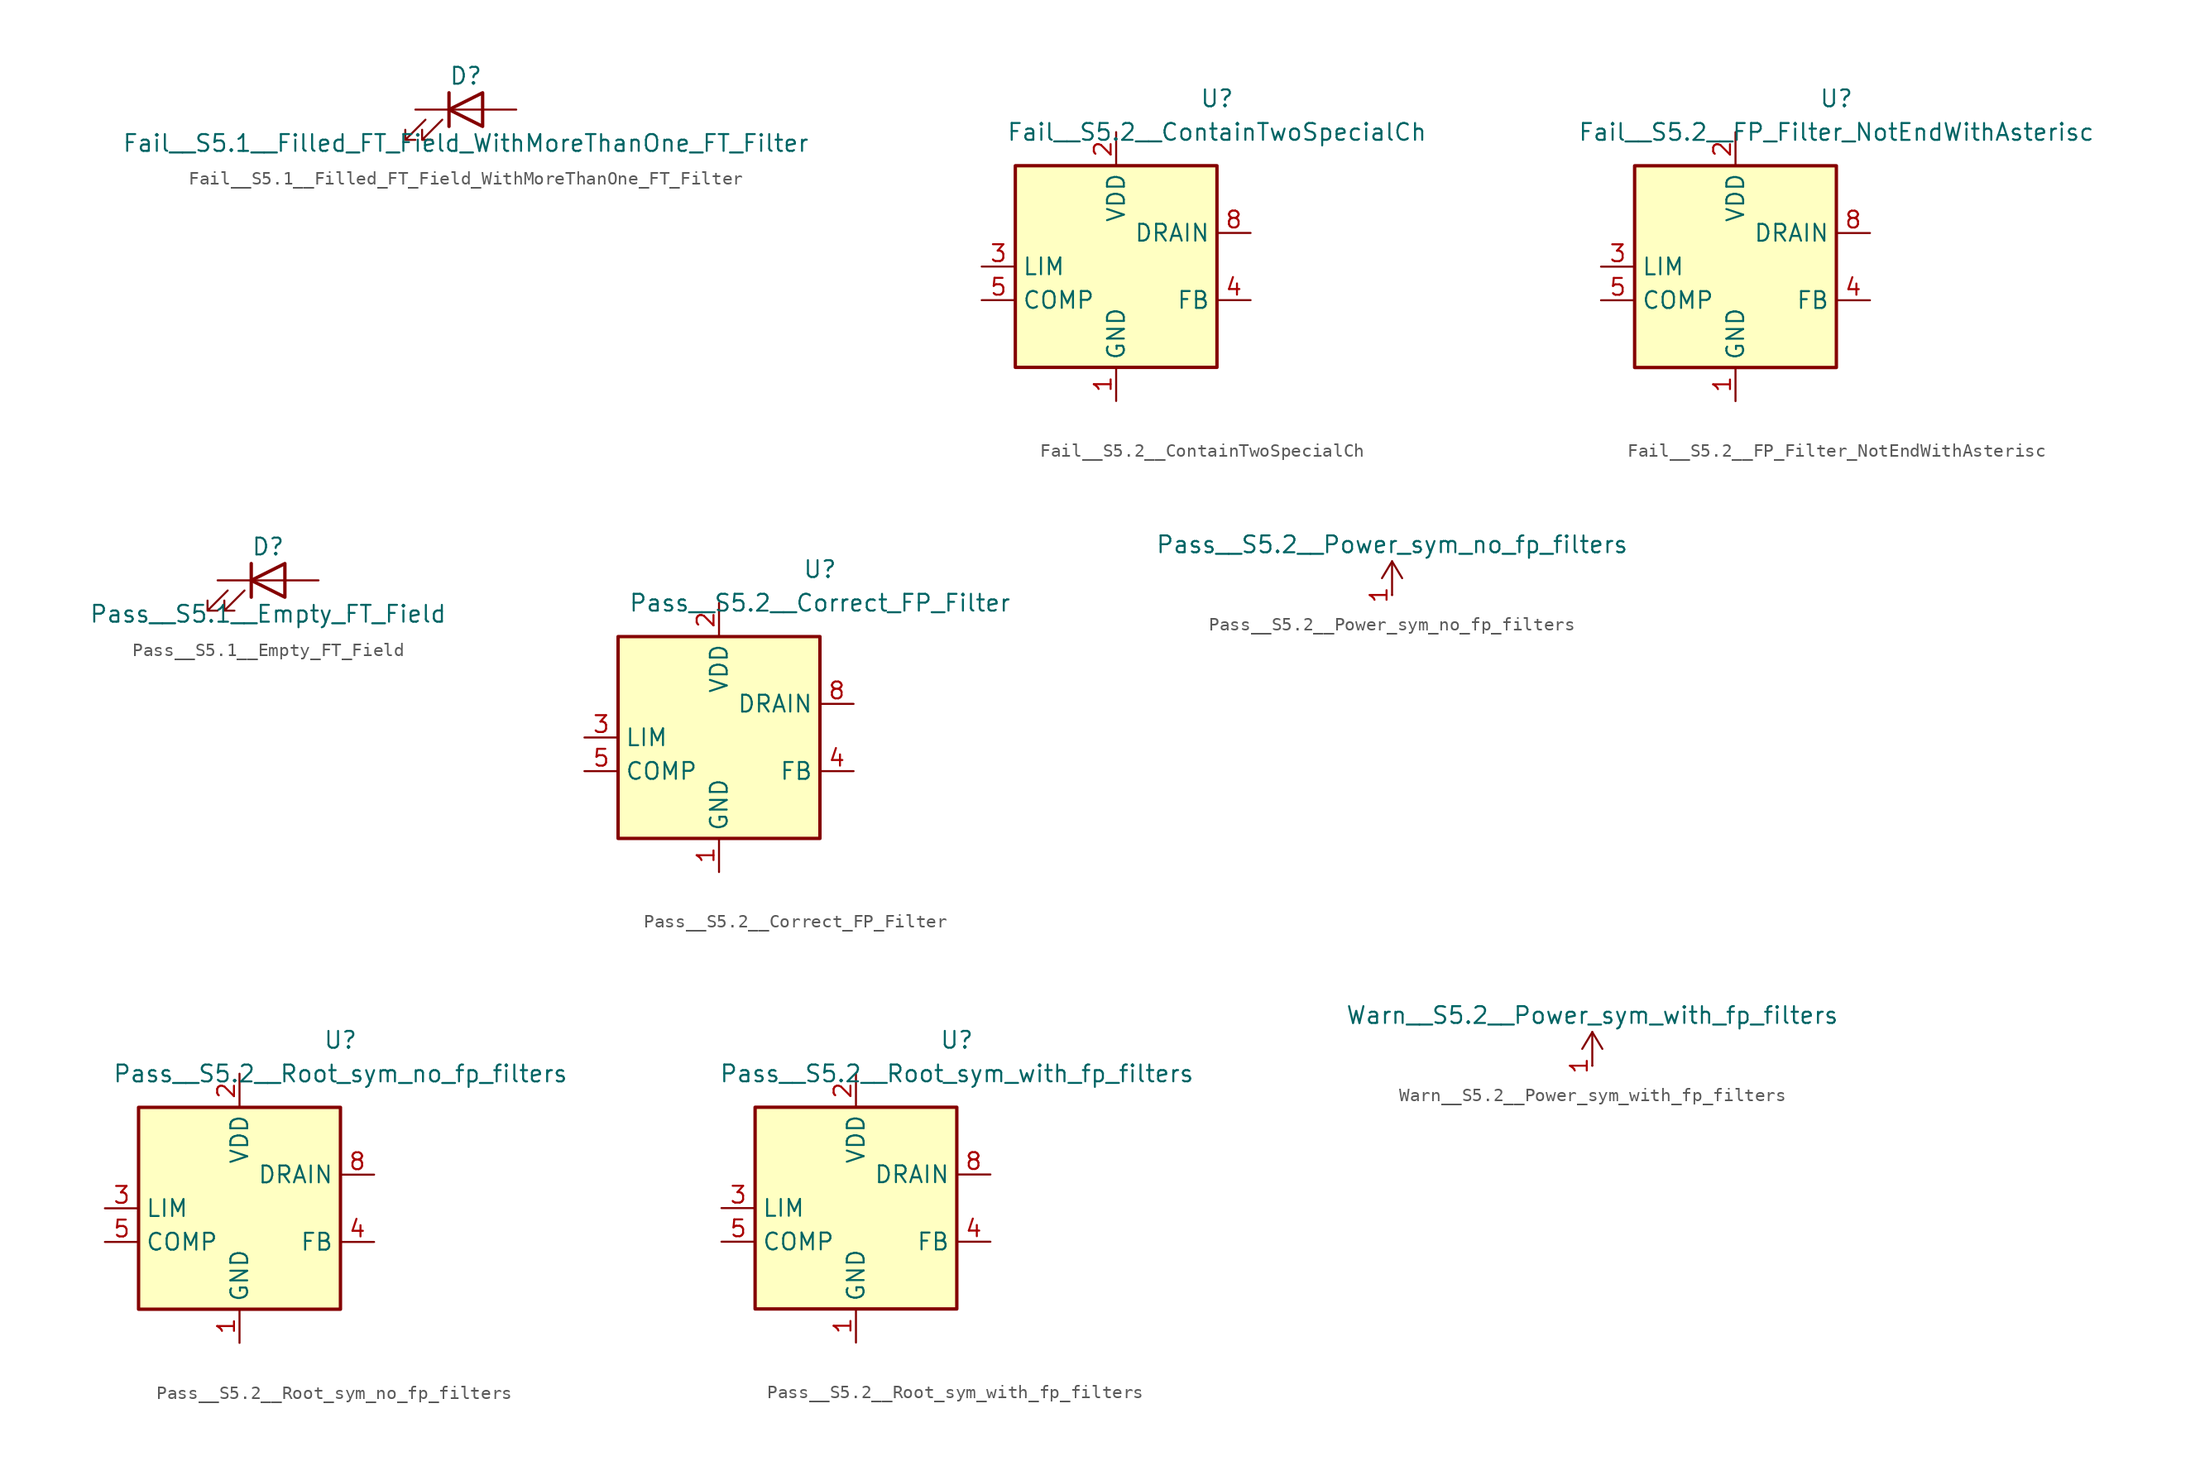
<source format=kicad_sym>
(kicad_symbol_lib
  (version 20231120)
  (generator "kicad_symbol_editor")
  (generator_version "8.0")
  (symbol "Fail__S5.1__Filled_FT_Field_WithMoreThanOne_FT_Filter"
    (pin_numbers hide)
    (pin_names hide)
    (property "Reference" "D"
      (at 0 2.54 0)
      (effects (font (size 1.27 1.27))))
    (property "Value" "Fail__S5.1__Filled_FT_Field_WithMoreThanOne_FT_Filter"
      (at 0 -2.54 0)
      (effects (font (size 1.27 1.27))))
    (symbol "Fail__S5.1__Filled_FT_Field_WithMoreThanOne_FT_Filter_0_1"
      (polyline (pts (xy -1.27 -1.27) (xy -1.27 1.27)) (stroke (width 0.254) (type default)) (fill (type none)))
      (polyline (pts (xy -1.27 0) (xy 1.27 0)) (stroke (width 0) (type default)) (fill (type none)))
      (polyline (pts (xy 1.27 -1.27) (xy 1.27 1.27) (xy -1.27 0) (xy 1.27 -1.27)) (stroke (width 0.254) (type default)) (fill (type none)))
      (polyline (pts (xy -3.048 -0.762) (xy -4.572 -2.286) (xy -3.81 -2.286) (xy -4.572 -2.286) (xy -4.572 -1.524)) (stroke (width 0) (type default)) (fill (type none)))
      (polyline (pts (xy -1.778 -0.762) (xy -3.302 -2.286) (xy -2.54 -2.286) (xy -3.302 -2.286) (xy -3.302 -1.524)) (stroke (width 0) (type default)) (fill (type none))))
    (symbol "Fail__S5.1__Filled_FT_Field_WithMoreThanOne_FT_Filter_1_1"
      (pin passive line (at -3.81 0 0) (length 2.54) (name "K" (effects (font (size 1.27 1.27)))) (number "1" (effects (font (size 1.27 1.27)))))
      (pin passive line (at 3.81 0 180) (length 2.54) (name "A" (effects (font (size 1.27 1.27)))) (number "2" (effects (font (size 1.27 1.27)))))))
  (symbol "Fail__S5.2__ContainTwoSpecialCh"
    (property "Reference" "U"
      (at 7.62 12.7 0)
      (effects (font (size 1.27 1.27))))
    (property "Value" "Fail__S5.2__ContainTwoSpecialCh"
      (at 7.62 10.16 0)
      (effects (font (size 1.27 1.27))))
    (symbol "Fail__S5.2__ContainTwoSpecialCh_1_1"
      (rectangle (start -7.62 7.62) (end 7.62 -7.62) (stroke (width 0.254) (type default)) (fill (type background)))
      (pin power_in line (at 0 -10.16 90) (length 2.54) (name "GND" (effects (font (size 1.27 1.27)))) (number "1" (effects (font (size 1.27 1.27)))))
      (pin power_in line (at 0 10.16 270) (length 2.54) (name "VDD" (effects (font (size 1.27 1.27)))) (number "2" (effects (font (size 1.27 1.27)))))
      (pin passive line (at -10.16 0 0) (length 2.54) (name "LIM" (effects (font (size 1.27 1.27)))) (number "3" (effects (font (size 1.27 1.27)))))
      (pin input line (at 10.16 -2.54 180) (length 2.54) (name "FB" (effects (font (size 1.27 1.27)))) (number "4" (effects (font (size 1.27 1.27)))))
      (pin passive line (at -10.16 -2.54 0) (length 2.54) (name "COMP" (effects (font (size 1.27 1.27)))) (number "5" (effects (font (size 1.27 1.27)))))
      (pin passive line (at 10.16 2.54 180) (length 2.54) hide (name "DRAIN" (effects (font (size 1.27 1.27)))) (number "7" (effects (font (size 1.27 1.27)))))
      (pin passive line (at 10.16 2.54 180) (length 2.54) (name "DRAIN" (effects (font (size 1.27 1.27)))) (number "8" (effects (font (size 1.27 1.27)))))))
  (symbol "Fail__S5.2__FP_Filter_NotEndWithAsterisc"
    (property "Reference" "U"
      (at 7.62 12.7 0)
      (effects (font (size 1.27 1.27))))
    (property "Value" "Fail__S5.2__FP_Filter_NotEndWithAsterisc"
      (at 7.62 10.16 0)
      (effects (font (size 1.27 1.27))))
    (symbol "Fail__S5.2__FP_Filter_NotEndWithAsterisc_1_1"
      (rectangle (start -7.62 7.62) (end 7.62 -7.62) (stroke (width 0.254) (type default)) (fill (type background)))
      (pin power_in line (at 0 -10.16 90) (length 2.54) (name "GND" (effects (font (size 1.27 1.27)))) (number "1" (effects (font (size 1.27 1.27)))))
      (pin power_in line (at 0 10.16 270) (length 2.54) (name "VDD" (effects (font (size 1.27 1.27)))) (number "2" (effects (font (size 1.27 1.27)))))
      (pin passive line (at -10.16 0 0) (length 2.54) (name "LIM" (effects (font (size 1.27 1.27)))) (number "3" (effects (font (size 1.27 1.27)))))
      (pin input line (at 10.16 -2.54 180) (length 2.54) (name "FB" (effects (font (size 1.27 1.27)))) (number "4" (effects (font (size 1.27 1.27)))))
      (pin passive line (at -10.16 -2.54 0) (length 2.54) (name "COMP" (effects (font (size 1.27 1.27)))) (number "5" (effects (font (size 1.27 1.27)))))
      (pin passive line (at 10.16 2.54 180) (length 2.54) hide (name "DRAIN" (effects (font (size 1.27 1.27)))) (number "7" (effects (font (size 1.27 1.27)))))
      (pin passive line (at 10.16 2.54 180) (length 2.54) (name "DRAIN" (effects (font (size 1.27 1.27)))) (number "8" (effects (font (size 1.27 1.27)))))))
  (symbol "Pass__S5.1__Empty_FT_Field"
    (pin_numbers hide)
    (pin_names hide)
    (property "Reference" "D"
      (at 0 2.54 0)
      (effects (font (size 1.27 1.27))))
    (property "Value" "Pass__S5.1__Empty_FT_Field"
      (at 0 -2.54 0)
      (effects (font (size 1.27 1.27))))
    (symbol "Pass__S5.1__Empty_FT_Field_0_1"
      (polyline (pts (xy -1.27 -1.27) (xy -1.27 1.27)) (stroke (width 0.254) (type default)) (fill (type none)))
      (polyline (pts (xy -1.27 0) (xy 1.27 0)) (stroke (width 0) (type default)) (fill (type none)))
      (polyline (pts (xy 1.27 -1.27) (xy 1.27 1.27) (xy -1.27 0) (xy 1.27 -1.27)) (stroke (width 0.254) (type default)) (fill (type none)))
      (polyline (pts (xy -3.048 -0.762) (xy -4.572 -2.286) (xy -3.81 -2.286) (xy -4.572 -2.286) (xy -4.572 -1.524)) (stroke (width 0) (type default)) (fill (type none)))
      (polyline (pts (xy -1.778 -0.762) (xy -3.302 -2.286) (xy -2.54 -2.286) (xy -3.302 -2.286) (xy -3.302 -1.524)) (stroke (width 0) (type default)) (fill (type none))))
    (symbol "Pass__S5.1__Empty_FT_Field_1_1"
      (pin passive line (at -3.81 0 0) (length 2.54) (name "K" (effects (font (size 1.27 1.27)))) (number "1" (effects (font (size 1.27 1.27)))))
      (pin passive line (at 3.81 0 180) (length 2.54) (name "A" (effects (font (size 1.27 1.27)))) (number "2" (effects (font (size 1.27 1.27)))))))
  (symbol "Pass__S5.2__Correct_FP_Filter"
    (property "Reference" "U"
      (at 7.62 12.7 0)
      (effects (font (size 1.27 1.27))))
    (property "Value" "Pass__S5.2__Correct_FP_Filter"
      (at 7.62 10.16 0)
      (effects (font (size 1.27 1.27))))
    (symbol "Pass__S5.2__Correct_FP_Filter_1_1"
      (rectangle (start -7.62 7.62) (end 7.62 -7.62) (stroke (width 0.254) (type default)) (fill (type background)))
      (pin power_in line (at 0 -10.16 90) (length 2.54) (name "GND" (effects (font (size 1.27 1.27)))) (number "1" (effects (font (size 1.27 1.27)))))
      (pin power_in line (at 0 10.16 270) (length 2.54) (name "VDD" (effects (font (size 1.27 1.27)))) (number "2" (effects (font (size 1.27 1.27)))))
      (pin passive line (at -10.16 0 0) (length 2.54) (name "LIM" (effects (font (size 1.27 1.27)))) (number "3" (effects (font (size 1.27 1.27)))))
      (pin input line (at 10.16 -2.54 180) (length 2.54) (name "FB" (effects (font (size 1.27 1.27)))) (number "4" (effects (font (size 1.27 1.27)))))
      (pin passive line (at -10.16 -2.54 0) (length 2.54) (name "COMP" (effects (font (size 1.27 1.27)))) (number "5" (effects (font (size 1.27 1.27)))))
      (pin passive line (at 10.16 2.54 180) (length 2.54) hide (name "DRAIN" (effects (font (size 1.27 1.27)))) (number "7" (effects (font (size 1.27 1.27)))))
      (pin passive line (at 10.16 2.54 180) (length 2.54) (name "DRAIN" (effects (font (size 1.27 1.27)))) (number "8" (effects (font (size 1.27 1.27)))))))
  (symbol "Pass__S5.2__Power_sym_no_fp_filters"
    (power)
    (property "Reference" "#PWR"
      (at 0 5.588 0)
      (effects (font (size 1.27 1.27)) (hide yes)))
    (property "Value" "Pass__S5.2__Power_sym_no_fp_filters"
      (at 0 3.81 0)
      (effects (font (size 1.27 1.27))))
    (symbol "Pass__S5.2__Power_sym_no_fp_filters_0_1"
      (polyline (pts (xy -0.762 1.27) (xy 0 2.54)) (stroke (width 0) (type default)) (fill (type none)))
      (polyline (pts (xy 0 0) (xy 0 2.54)) (stroke (width 0) (type default)) (fill (type none)))
      (polyline (pts (xy 0 2.54) (xy 0.762 1.27)) (stroke (width 0) (type default)) (fill (type none))))
    (symbol "Pass__S5.2__Power_sym_no_fp_filters_1_1"
      (pin power_in line (at 0 0 90) (length 0) (name "~" (effects (font (size 1.27 1.27)))) (number "1" (effects (font (size 1.27 1.27)))))))
  (symbol "Pass__S5.2__Root_sym_no_fp_filters"
    (property "Reference" "U"
      (at 7.62 12.7 0)
      (effects (font (size 1.27 1.27))))
    (property "Value" "Pass__S5.2__Root_sym_no_fp_filters"
      (at 7.62 10.16 0)
      (effects (font (size 1.27 1.27))))
    (symbol "Pass__S5.2__Root_sym_no_fp_filters_1_1"
      (rectangle (start -7.62 7.62) (end 7.62 -7.62) (stroke (width 0.254) (type default)) (fill (type background)))
      (pin power_in line (at 0 -10.16 90) (length 2.54) (name "GND" (effects (font (size 1.27 1.27)))) (number "1" (effects (font (size 1.27 1.27)))))
      (pin power_in line (at 0 10.16 270) (length 2.54) (name "VDD" (effects (font (size 1.27 1.27)))) (number "2" (effects (font (size 1.27 1.27)))))
      (pin passive line (at -10.16 0 0) (length 2.54) (name "LIM" (effects (font (size 1.27 1.27)))) (number "3" (effects (font (size 1.27 1.27)))))
      (pin input line (at 10.16 -2.54 180) (length 2.54) (name "FB" (effects (font (size 1.27 1.27)))) (number "4" (effects (font (size 1.27 1.27)))))
      (pin passive line (at -10.16 -2.54 0) (length 2.54) (name "COMP" (effects (font (size 1.27 1.27)))) (number "5" (effects (font (size 1.27 1.27)))))
      (pin passive line (at 10.16 2.54 180) (length 2.54) hide (name "DRAIN" (effects (font (size 1.27 1.27)))) (number "7" (effects (font (size 1.27 1.27)))))
      (pin passive line (at 10.16 2.54 180) (length 2.54) (name "DRAIN" (effects (font (size 1.27 1.27)))) (number "8" (effects (font (size 1.27 1.27)))))))
  (symbol "Pass__S5.2__Root_sym_with_fp_filters"
    (property "Reference" "U"
      (at 7.62 12.7 0)
      (effects (font (size 1.27 1.27))))
    (property "Value" "Pass__S5.2__Root_sym_with_fp_filters"
      (at 7.62 10.16 0)
      (effects (font (size 1.27 1.27))))
    (symbol "Pass__S5.2__Root_sym_with_fp_filters_1_1"
      (rectangle (start -7.62 7.62) (end 7.62 -7.62) (stroke (width 0.254) (type default)) (fill (type background)))
      (pin power_in line (at 0 -10.16 90) (length 2.54) (name "GND" (effects (font (size 1.27 1.27)))) (number "1" (effects (font (size 1.27 1.27)))))
      (pin power_in line (at 0 10.16 270) (length 2.54) (name "VDD" (effects (font (size 1.27 1.27)))) (number "2" (effects (font (size 1.27 1.27)))))
      (pin passive line (at -10.16 0 0) (length 2.54) (name "LIM" (effects (font (size 1.27 1.27)))) (number "3" (effects (font (size 1.27 1.27)))))
      (pin input line (at 10.16 -2.54 180) (length 2.54) (name "FB" (effects (font (size 1.27 1.27)))) (number "4" (effects (font (size 1.27 1.27)))))
      (pin passive line (at -10.16 -2.54 0) (length 2.54) (name "COMP" (effects (font (size 1.27 1.27)))) (number "5" (effects (font (size 1.27 1.27)))))
      (pin passive line (at 10.16 2.54 180) (length 2.54) hide (name "DRAIN" (effects (font (size 1.27 1.27)))) (number "7" (effects (font (size 1.27 1.27)))))
      (pin passive line (at 10.16 2.54 180) (length 2.54) (name "DRAIN" (effects (font (size 1.27 1.27)))) (number "8" (effects (font (size 1.27 1.27)))))))
  (symbol "Warn__S5.2__Power_sym_with_fp_filters"
    (power)
    (property "Reference" "#PWR"
      (at 0 5.588 0)
      (effects (font (size 1.27 1.27)) (hide yes)))
    (property "Value" "Warn__S5.2__Power_sym_with_fp_filters"
      (at 0 3.81 0)
      (effects (font (size 1.27 1.27))))
    (symbol "Warn__S5.2__Power_sym_with_fp_filters_0_1"
      (polyline (pts (xy -0.762 1.27) (xy 0 2.54)) (stroke (width 0) (type default)) (fill (type none)))
      (polyline (pts (xy 0 0) (xy 0 2.54)) (stroke (width 0) (type default)) (fill (type none)))
      (polyline (pts (xy 0 2.54) (xy 0.762 1.27)) (stroke (width 0) (type default)) (fill (type none))))
    (symbol "Warn__S5.2__Power_sym_with_fp_filters_1_1"
      (pin power_in line (at 0 0 90) (length 0) (name "~" (effects (font (size 1.27 1.27)))) (number "1" (effects (font (size 1.27 1.27))))))))
</source>
